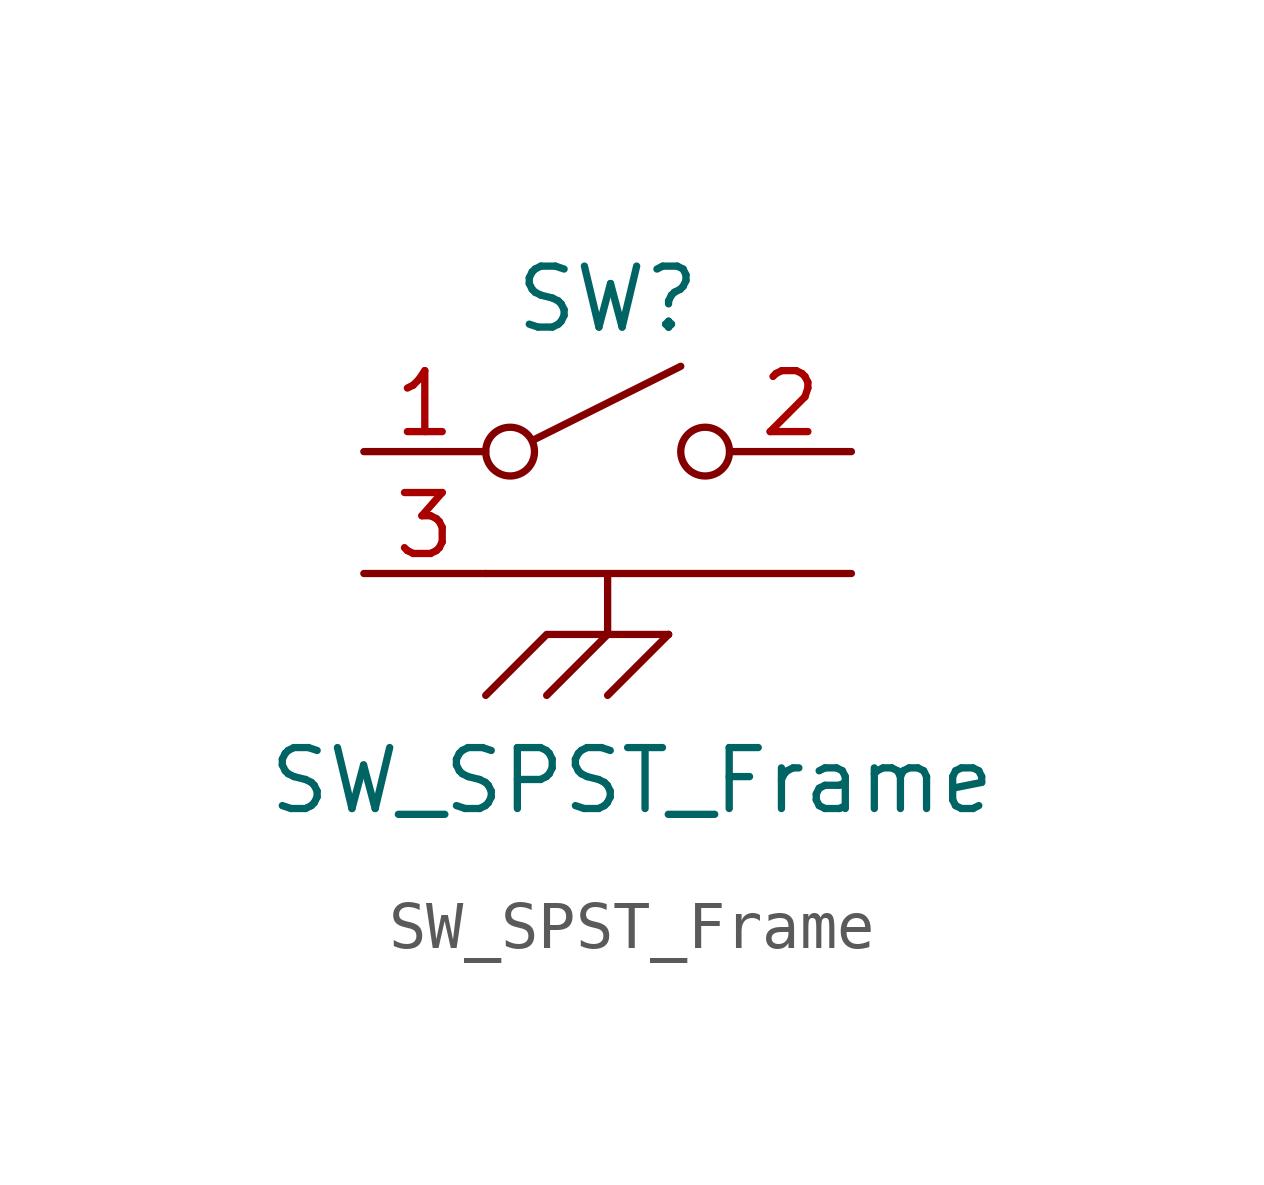
<source format=kicad_sym>
(kicad_symbol_lib
  (version 20241209)
  (generator "kicad_symbol_editor")
  (generator_version "9.0")
  (symbol "SW_SPST_Frame"
    (pin_names
      (offset 0)
      (hide yes))
    (property "Reference" "SW"
      (at 0 3.175 0)
      (effects (font (size 1.27 1.27))))
    (property "Value" "SW_SPST_Frame"
      (at 0.508 -6.858 0)
      (effects (font (size 1.27 1.27))))
    (symbol "SW_SPST_Frame_0_0"
      (circle (center -2.032 0) (radius 0.508) (stroke (width 0) (type default)) (fill (type none)))
      (polyline (pts (xy -1.524 0.254) (xy 1.524 1.778)) (stroke (width 0) (type default)) (fill (type none)))
      (circle (center 2.032 0) (radius 0.508) (stroke (width 0) (type default)) (fill (type none))))
    (symbol "SW_SPST_Frame_0_1"
      (polyline (pts (xy -2.54 -2.54) (xy 5.08 -2.54) (xy 0 -2.54) (xy 0 -3.81) (xy -1.27 -3.81) (xy 1.27 -3.81) (xy -1.27 -3.81) (xy -2.54 -5.08)) (stroke (width 0) (type default)) (fill (type none)))
      (polyline (pts (xy 0 -3.81) (xy -1.27 -5.08)) (stroke (width 0) (type default)) (fill (type none)))
      (polyline (pts (xy 1.27 -3.81) (xy 0 -5.08)) (stroke (width 0) (type default)) (fill (type none)))
      (polyline (pts (xy 1.27 -3.81) (xy 1.27 -3.81)) (stroke (width 0) (type default)) (fill (type none))))
    (symbol "SW_SPST_Frame_1_1"
      (pin passive line (at -5.08 0 0) (length 2.54) (name "A" (effects (font (size 1.27 1.27)))) (number "1" (effects (font (size 1.27 1.27)))))
      (pin passive line (at -5.08 -2.54 0) (length 2.54) (name "" (effects (font (size 1.27 1.27)))) (number "3" (effects (font (size 1.27 1.27)))))
      (pin passive line (at 5.08 0 180) (length 2.54) (name "B" (effects (font (size 1.27 1.27)))) (number "2" (effects (font (size 1.27 1.27))))))))
</source>
